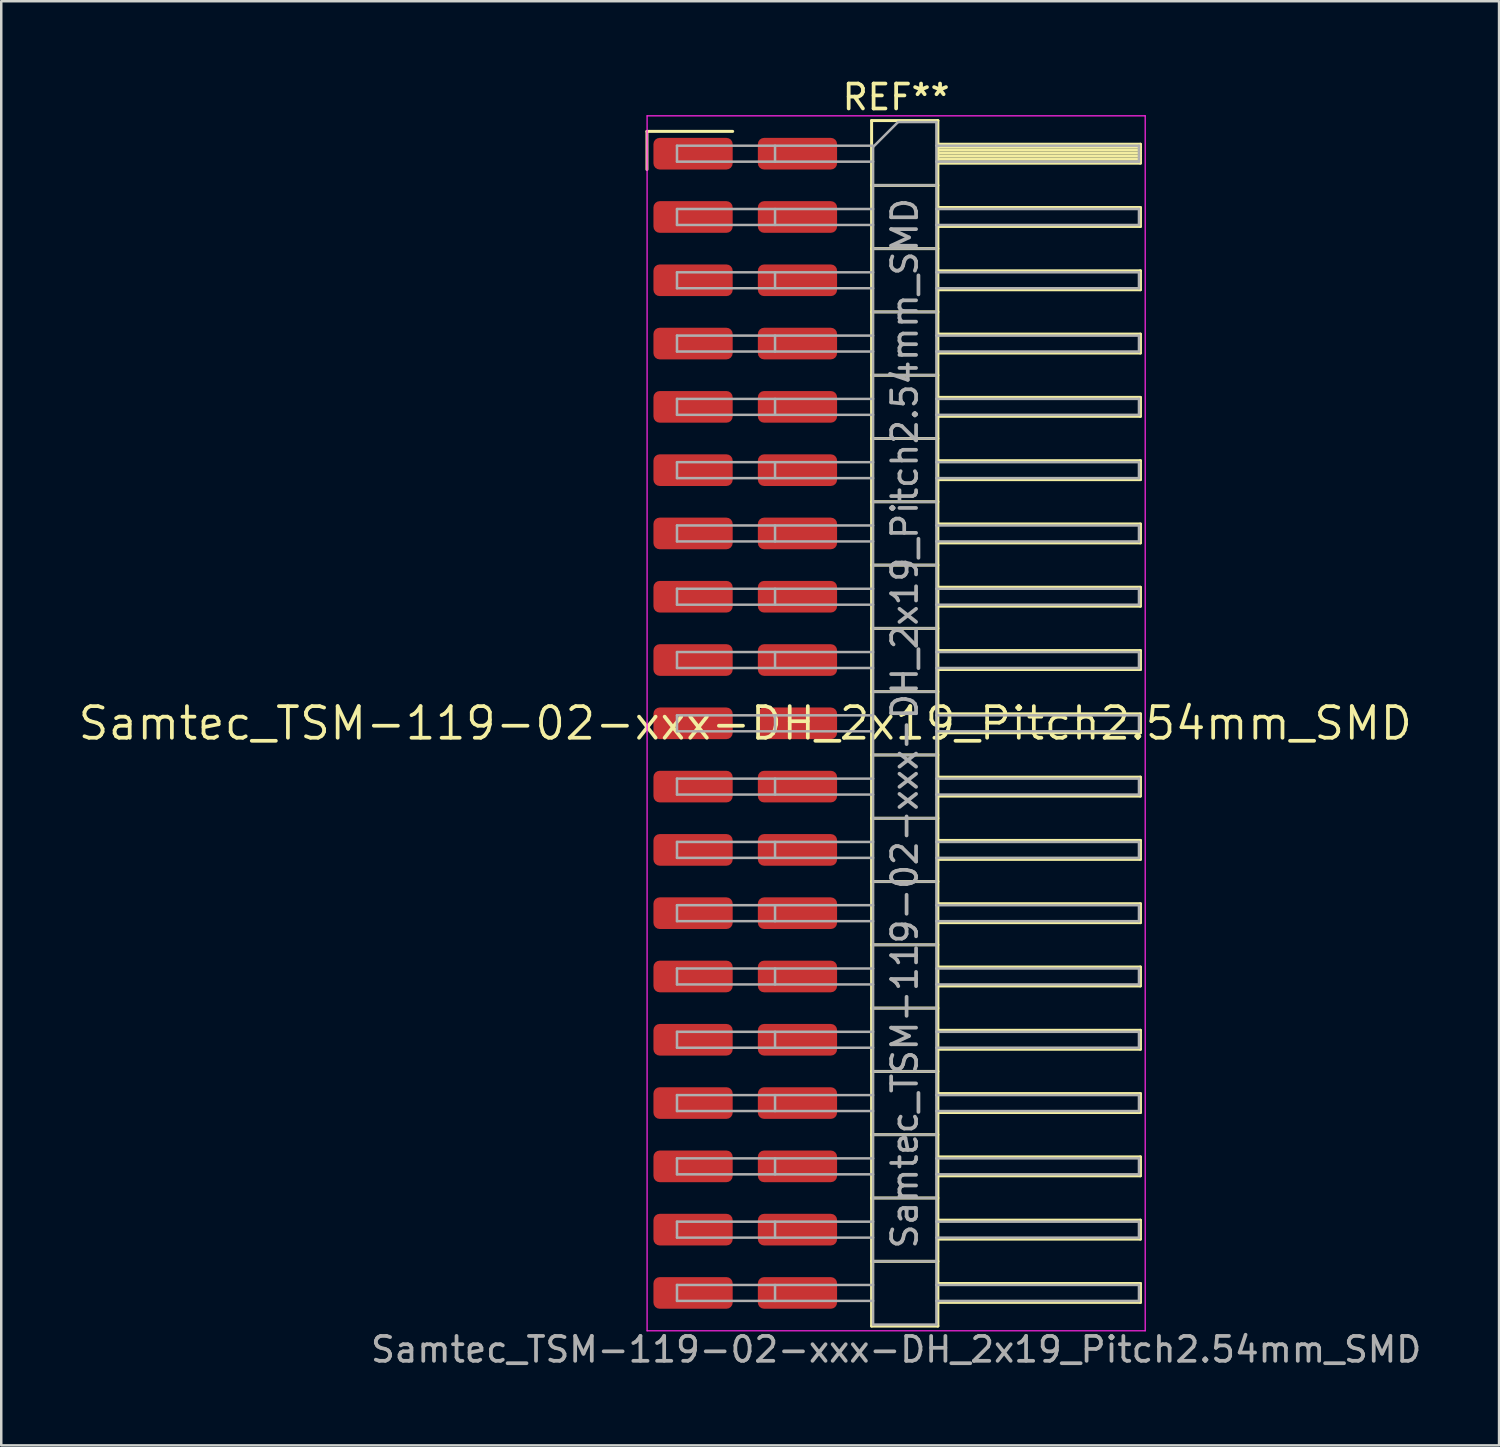
<source format=kicad_pcb>
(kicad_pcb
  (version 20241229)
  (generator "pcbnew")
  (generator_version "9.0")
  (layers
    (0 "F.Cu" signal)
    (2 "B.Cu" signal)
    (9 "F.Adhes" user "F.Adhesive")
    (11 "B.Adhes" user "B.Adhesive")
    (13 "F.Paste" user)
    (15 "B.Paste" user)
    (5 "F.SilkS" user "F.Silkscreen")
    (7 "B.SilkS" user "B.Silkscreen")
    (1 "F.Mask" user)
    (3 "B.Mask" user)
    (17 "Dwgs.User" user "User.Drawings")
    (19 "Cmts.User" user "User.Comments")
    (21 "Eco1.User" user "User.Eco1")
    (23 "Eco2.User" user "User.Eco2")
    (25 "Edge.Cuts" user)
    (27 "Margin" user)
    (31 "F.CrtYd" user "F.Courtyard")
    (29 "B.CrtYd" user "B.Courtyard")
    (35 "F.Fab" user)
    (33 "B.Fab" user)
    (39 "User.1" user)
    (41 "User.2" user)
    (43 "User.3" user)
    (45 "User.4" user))
  (footprint "Samtec_TSM-119-02-xxx-DH_2x19_Pitch2.54mm_SMD"
    (layer "F.Cu")
    (at 26.859 25.978)
    (property "Reference" "Samtec_TSM-119-02-xxx-DH_2x19_Pitch2.54mm_SMD" (at 0 0 0) (layer "F.SilkS") (effects (font (size 1.27 1.27) (thickness 0.15))))
    (attr smd)
    (fp_line (start -3.945 -23.755) (end -0.505 -23.755) (stroke (width 0.12) (type solid)) (layer "F.SilkS"))
    (fp_line (start -3.945 -22.225) (end -3.945 -23.755) (stroke (width 0.12) (type solid)) (layer "F.SilkS"))
    (fp_line (start 5.07 -24.19) (end 7.73 -24.19) (stroke (width 0.12) (type solid)) (layer "F.SilkS"))
    (fp_line (start 5.07 -21.59) (end 7.73 -21.59) (stroke (width 0.12) (type solid)) (layer "F.SilkS"))
    (fp_line (start 5.07 -19.05) (end 7.73 -19.05) (stroke (width 0.12) (type solid)) (layer "F.SilkS"))
    (fp_line (start 5.07 -16.51) (end 7.73 -16.51) (stroke (width 0.12) (type solid)) (layer "F.SilkS"))
    (fp_line (start 5.07 -13.97) (end 7.73 -13.97) (stroke (width 0.12) (type solid)) (layer "F.SilkS"))
    (fp_line (start 5.07 -11.43) (end 7.73 -11.43) (stroke (width 0.12) (type solid)) (layer "F.SilkS"))
    (fp_line (start 5.07 -8.89) (end 7.73 -8.89) (stroke (width 0.12) (type solid)) (layer "F.SilkS"))
    (fp_line (start 5.07 -6.35) (end 7.73 -6.35) (stroke (width 0.12) (type solid)) (layer "F.SilkS"))
    (fp_line (start 5.07 -3.81) (end 7.73 -3.81) (stroke (width 0.12) (type solid)) (layer "F.SilkS"))
    (fp_line (start 5.07 -1.27) (end 7.73 -1.27) (stroke (width 0.12) (type solid)) (layer "F.SilkS"))
    (fp_line (start 5.07 1.27) (end 7.73 1.27) (stroke (width 0.12) (type solid)) (layer "F.SilkS"))
    (fp_line (start 5.07 3.81) (end 7.73 3.81) (stroke (width 0.12) (type solid)) (layer "F.SilkS"))
    (fp_line (start 5.07 6.35) (end 7.73 6.35) (stroke (width 0.12) (type solid)) (layer "F.SilkS"))
    (fp_line (start 5.07 8.89) (end 7.73 8.89) (stroke (width 0.12) (type solid)) (layer "F.SilkS"))
    (fp_line (start 5.07 11.43) (end 7.73 11.43) (stroke (width 0.12) (type solid)) (layer "F.SilkS"))
    (fp_line (start 5.07 13.97) (end 7.73 13.97) (stroke (width 0.12) (type solid)) (layer "F.SilkS"))
    (fp_line (start 5.07 16.51) (end 7.73 16.51) (stroke (width 0.12) (type solid)) (layer "F.SilkS"))
    (fp_line (start 5.07 19.05) (end 7.73 19.05) (stroke (width 0.12) (type solid)) (layer "F.SilkS"))
    (fp_line (start 5.07 21.59) (end 7.73 21.59) (stroke (width 0.12) (type solid)) (layer "F.SilkS"))
    (fp_line (start 5.07 24.19) (end 5.07 -24.19) (stroke (width 0.12) (type solid)) (layer "F.SilkS"))
    (fp_line (start 7.73 -24.19) (end 7.73 24.19) (stroke (width 0.12) (type solid)) (layer "F.SilkS"))
    (fp_line (start 7.73 -23.24) (end 15.86 -23.24) (stroke (width 0.12) (type solid)) (layer "F.SilkS"))
    (fp_line (start 7.73 -23.12) (end 15.86 -23.12) (stroke (width 0.12) (type solid)) (layer "F.SilkS"))
    (fp_line (start 7.73 -23) (end 15.86 -23) (stroke (width 0.12) (type solid)) (layer "F.SilkS"))
    (fp_line (start 7.73 -22.88) (end 15.86 -22.88) (stroke (width 0.12) (type solid)) (layer "F.SilkS"))
    (fp_line (start 7.73 -22.76) (end 15.86 -22.76) (stroke (width 0.12) (type solid)) (layer "F.SilkS"))
    (fp_line (start 7.73 -22.64) (end 15.86 -22.64) (stroke (width 0.12) (type solid)) (layer "F.SilkS"))
    (fp_line (start 7.73 -22.52) (end 15.86 -22.52) (stroke (width 0.12) (type solid)) (layer "F.SilkS"))
    (fp_line (start 7.73 -22.48) (end 15.86 -22.48) (stroke (width 0.12) (type solid)) (layer "F.SilkS"))
    (fp_line (start 7.73 -20.7) (end 15.86 -20.7) (stroke (width 0.12) (type solid)) (layer "F.SilkS"))
    (fp_line (start 7.73 -19.94) (end 15.86 -19.94) (stroke (width 0.12) (type solid)) (layer "F.SilkS"))
    (fp_line (start 7.73 -18.16) (end 15.86 -18.16) (stroke (width 0.12) (type solid)) (layer "F.SilkS"))
    (fp_line (start 7.73 -17.4) (end 15.86 -17.4) (stroke (width 0.12) (type solid)) (layer "F.SilkS"))
    (fp_line (start 7.73 -15.62) (end 15.86 -15.62) (stroke (width 0.12) (type solid)) (layer "F.SilkS"))
    (fp_line (start 7.73 -14.86) (end 15.86 -14.86) (stroke (width 0.12) (type solid)) (layer "F.SilkS"))
    (fp_line (start 7.73 -13.08) (end 15.86 -13.08) (stroke (width 0.12) (type solid)) (layer "F.SilkS"))
    (fp_line (start 7.73 -12.32) (end 15.86 -12.32) (stroke (width 0.12) (type solid)) (layer "F.SilkS"))
    (fp_line (start 7.73 -10.54) (end 15.86 -10.54) (stroke (width 0.12) (type solid)) (layer "F.SilkS"))
    (fp_line (start 7.73 -9.78) (end 15.86 -9.78) (stroke (width 0.12) (type solid)) (layer "F.SilkS"))
    (fp_line (start 7.73 -8) (end 15.86 -8) (stroke (width 0.12) (type solid)) (layer "F.SilkS"))
    (fp_line (start 7.73 -7.24) (end 15.86 -7.24) (stroke (width 0.12) (type solid)) (layer "F.SilkS"))
    (fp_line (start 7.73 -5.46) (end 15.86 -5.46) (stroke (width 0.12) (type solid)) (layer "F.SilkS"))
    (fp_line (start 7.73 -4.7) (end 15.86 -4.7) (stroke (width 0.12) (type solid)) (layer "F.SilkS"))
    (fp_line (start 7.73 -2.92) (end 15.86 -2.92) (stroke (width 0.12) (type solid)) (layer "F.SilkS"))
    (fp_line (start 7.73 -2.16) (end 15.86 -2.16) (stroke (width 0.12) (type solid)) (layer "F.SilkS"))
    (fp_line (start 7.73 -0.38) (end 15.86 -0.38) (stroke (width 0.12) (type solid)) (layer "F.SilkS"))
    (fp_line (start 7.73 0.38) (end 15.86 0.38) (stroke (width 0.12) (type solid)) (layer "F.SilkS"))
    (fp_line (start 7.73 2.16) (end 15.86 2.16) (stroke (width 0.12) (type solid)) (layer "F.SilkS"))
    (fp_line (start 7.73 2.92) (end 15.86 2.92) (stroke (width 0.12) (type solid)) (layer "F.SilkS"))
    (fp_line (start 7.73 4.7) (end 15.86 4.7) (stroke (width 0.12) (type solid)) (layer "F.SilkS"))
    (fp_line (start 7.73 5.46) (end 15.86 5.46) (stroke (width 0.12) (type solid)) (layer "F.SilkS"))
    (fp_line (start 7.73 7.24) (end 15.86 7.24) (stroke (width 0.12) (type solid)) (layer "F.SilkS"))
    (fp_line (start 7.73 8) (end 15.86 8) (stroke (width 0.12) (type solid)) (layer "F.SilkS"))
    (fp_line (start 7.73 9.78) (end 15.86 9.78) (stroke (width 0.12) (type solid)) (layer "F.SilkS"))
    (fp_line (start 7.73 10.54) (end 15.86 10.54) (stroke (width 0.12) (type solid)) (layer "F.SilkS"))
    (fp_line (start 7.73 12.32) (end 15.86 12.32) (stroke (width 0.12) (type solid)) (layer "F.SilkS"))
    (fp_line (start 7.73 13.08) (end 15.86 13.08) (stroke (width 0.12) (type solid)) (layer "F.SilkS"))
    (fp_line (start 7.73 14.86) (end 15.86 14.86) (stroke (width 0.12) (type solid)) (layer "F.SilkS"))
    (fp_line (start 7.73 15.62) (end 15.86 15.62) (stroke (width 0.12) (type solid)) (layer "F.SilkS"))
    (fp_line (start 7.73 17.4) (end 15.86 17.4) (stroke (width 0.12) (type solid)) (layer "F.SilkS"))
    (fp_line (start 7.73 18.16) (end 15.86 18.16) (stroke (width 0.12) (type solid)) (layer "F.SilkS"))
    (fp_line (start 7.73 19.94) (end 15.86 19.94) (stroke (width 0.12) (type solid)) (layer "F.SilkS"))
    (fp_line (start 7.73 20.7) (end 15.86 20.7) (stroke (width 0.12) (type solid)) (layer "F.SilkS"))
    (fp_line (start 7.73 22.48) (end 15.86 22.48) (stroke (width 0.12) (type solid)) (layer "F.SilkS"))
    (fp_line (start 7.73 23.24) (end 15.86 23.24) (stroke (width 0.12) (type solid)) (layer "F.SilkS"))
    (fp_line (start 7.73 24.19) (end 5.07 24.19) (stroke (width 0.12) (type solid)) (layer "F.SilkS"))
    (fp_line (start 15.86 -23.24) (end 15.86 -22.48) (stroke (width 0.12) (type solid)) (layer "F.SilkS"))
    (fp_line (start 15.86 -20.7) (end 15.86 -19.94) (stroke (width 0.12) (type solid)) (layer "F.SilkS"))
    (fp_line (start 15.86 -18.16) (end 15.86 -17.4) (stroke (width 0.12) (type solid)) (layer "F.SilkS"))
    (fp_line (start 15.86 -15.62) (end 15.86 -14.86) (stroke (width 0.12) (type solid)) (layer "F.SilkS"))
    (fp_line (start 15.86 -13.08) (end 15.86 -12.32) (stroke (width 0.12) (type solid)) (layer "F.SilkS"))
    (fp_line (start 15.86 -10.54) (end 15.86 -9.78) (stroke (width 0.12) (type solid)) (layer "F.SilkS"))
    (fp_line (start 15.86 -8) (end 15.86 -7.24) (stroke (width 0.12) (type solid)) (layer "F.SilkS"))
    (fp_line (start 15.86 -5.46) (end 15.86 -4.7) (stroke (width 0.12) (type solid)) (layer "F.SilkS"))
    (fp_line (start 15.86 -2.92) (end 15.86 -2.16) (stroke (width 0.12) (type solid)) (layer "F.SilkS"))
    (fp_line (start 15.86 -0.38) (end 15.86 0.38) (stroke (width 0.12) (type solid)) (layer "F.SilkS"))
    (fp_line (start 15.86 2.16) (end 15.86 2.92) (stroke (width 0.12) (type solid)) (layer "F.SilkS"))
    (fp_line (start 15.86 4.7) (end 15.86 5.46) (stroke (width 0.12) (type solid)) (layer "F.SilkS"))
    (fp_line (start 15.86 7.24) (end 15.86 8) (stroke (width 0.12) (type solid)) (layer "F.SilkS"))
    (fp_line (start 15.86 9.78) (end 15.86 10.54) (stroke (width 0.12) (type solid)) (layer "F.SilkS"))
    (fp_line (start 15.86 12.32) (end 15.86 13.08) (stroke (width 0.12) (type solid)) (layer "F.SilkS"))
    (fp_line (start 15.86 14.86) (end 15.86 15.62) (stroke (width 0.12) (type solid)) (layer "F.SilkS"))
    (fp_line (start 15.86 17.4) (end 15.86 18.16) (stroke (width 0.12) (type solid)) (layer "F.SilkS"))
    (fp_line (start 15.86 19.94) (end 15.86 20.7) (stroke (width 0.12) (type solid)) (layer "F.SilkS"))
    (fp_line (start 15.86 22.48) (end 15.86 23.24) (stroke (width 0.12) (type solid)) (layer "F.SilkS"))
    (fp_line (start -3.94 -24.38) (end 16.05 -24.38) (stroke (width 0.05) (type solid)) (layer "F.CrtYd"))
    (fp_line (start -3.94 24.38) (end -3.94 -24.38) (stroke (width 0.05) (type solid)) (layer "F.CrtYd"))
    (fp_line (start 16.05 -24.38) (end 16.05 24.38) (stroke (width 0.05) (type solid)) (layer "F.CrtYd"))
    (fp_line (start 16.05 24.38) (end -3.94 24.38) (stroke (width 0.05) (type solid)) (layer "F.CrtYd"))
    (fp_line (start -2.74 -23.18) (end -2.74 -22.54) (stroke (width 0.1) (type solid)) (layer "F.Fab"))
    (fp_line (start -2.74 -23.18) (end 5.13 -23.18) (stroke (width 0.1) (type solid)) (layer "F.Fab"))
    (fp_line (start -2.74 -22.54) (end 5.13 -22.54) (stroke (width 0.1) (type solid)) (layer "F.Fab"))
    (fp_line (start -2.74 -20.64) (end -2.74 -20) (stroke (width 0.1) (type solid)) (layer "F.Fab"))
    (fp_line (start -2.74 -20.64) (end 5.13 -20.64) (stroke (width 0.1) (type solid)) (layer "F.Fab"))
    (fp_line (start -2.74 -20) (end 5.13 -20) (stroke (width 0.1) (type solid)) (layer "F.Fab"))
    (fp_line (start -2.74 -18.1) (end -2.74 -17.46) (stroke (width 0.1) (type solid)) (layer "F.Fab"))
    (fp_line (start -2.74 -18.1) (end 5.13 -18.1) (stroke (width 0.1) (type solid)) (layer "F.Fab"))
    (fp_line (start -2.74 -17.46) (end 5.13 -17.46) (stroke (width 0.1) (type solid)) (layer "F.Fab"))
    (fp_line (start -2.74 -15.56) (end -2.74 -14.92) (stroke (width 0.1) (type solid)) (layer "F.Fab"))
    (fp_line (start -2.74 -15.56) (end 5.13 -15.56) (stroke (width 0.1) (type solid)) (layer "F.Fab"))
    (fp_line (start -2.74 -14.92) (end 5.13 -14.92) (stroke (width 0.1) (type solid)) (layer "F.Fab"))
    (fp_line (start -2.74 -13.02) (end -2.74 -12.38) (stroke (width 0.1) (type solid)) (layer "F.Fab"))
    (fp_line (start -2.74 -13.02) (end 5.13 -13.02) (stroke (width 0.1) (type solid)) (layer "F.Fab"))
    (fp_line (start -2.74 -12.38) (end 5.13 -12.38) (stroke (width 0.1) (type solid)) (layer "F.Fab"))
    (fp_line (start -2.74 -10.48) (end -2.74 -9.84) (stroke (width 0.1) (type solid)) (layer "F.Fab"))
    (fp_line (start -2.74 -10.48) (end 5.13 -10.48) (stroke (width 0.1) (type solid)) (layer "F.Fab"))
    (fp_line (start -2.74 -9.84) (end 5.13 -9.84) (stroke (width 0.1) (type solid)) (layer "F.Fab"))
    (fp_line (start -2.74 -7.94) (end -2.74 -7.3) (stroke (width 0.1) (type solid)) (layer "F.Fab"))
    (fp_line (start -2.74 -7.94) (end 5.13 -7.94) (stroke (width 0.1) (type solid)) (layer "F.Fab"))
    (fp_line (start -2.74 -7.3) (end 5.13 -7.3) (stroke (width 0.1) (type solid)) (layer "F.Fab"))
    (fp_line (start -2.74 -5.4) (end -2.74 -4.76) (stroke (width 0.1) (type solid)) (layer "F.Fab"))
    (fp_line (start -2.74 -5.4) (end 5.13 -5.4) (stroke (width 0.1) (type solid)) (layer "F.Fab"))
    (fp_line (start -2.74 -4.76) (end 5.13 -4.76) (stroke (width 0.1) (type solid)) (layer "F.Fab"))
    (fp_line (start -2.74 -2.86) (end -2.74 -2.22) (stroke (width 0.1) (type solid)) (layer "F.Fab"))
    (fp_line (start -2.74 -2.86) (end 5.13 -2.86) (stroke (width 0.1) (type solid)) (layer "F.Fab"))
    (fp_line (start -2.74 -2.22) (end 5.13 -2.22) (stroke (width 0.1) (type solid)) (layer "F.Fab"))
    (fp_line (start -2.74 -0.32) (end -2.74 0.32) (stroke (width 0.1) (type solid)) (layer "F.Fab"))
    (fp_line (start -2.74 -0.32) (end 5.13 -0.32) (stroke (width 0.1) (type solid)) (layer "F.Fab"))
    (fp_line (start -2.74 0.32) (end 5.13 0.32) (stroke (width 0.1) (type solid)) (layer "F.Fab"))
    (fp_line (start -2.74 2.22) (end -2.74 2.86) (stroke (width 0.1) (type solid)) (layer "F.Fab"))
    (fp_line (start -2.74 2.22) (end 5.13 2.22) (stroke (width 0.1) (type solid)) (layer "F.Fab"))
    (fp_line (start -2.74 2.86) (end 5.13 2.86) (stroke (width 0.1) (type solid)) (layer "F.Fab"))
    (fp_line (start -2.74 4.76) (end -2.74 5.4) (stroke (width 0.1) (type solid)) (layer "F.Fab"))
    (fp_line (start -2.74 4.76) (end 5.13 4.76) (stroke (width 0.1) (type solid)) (layer "F.Fab"))
    (fp_line (start -2.74 5.4) (end 5.13 5.4) (stroke (width 0.1) (type solid)) (layer "F.Fab"))
    (fp_line (start -2.74 7.3) (end -2.74 7.94) (stroke (width 0.1) (type solid)) (layer "F.Fab"))
    (fp_line (start -2.74 7.3) (end 5.13 7.3) (stroke (width 0.1) (type solid)) (layer "F.Fab"))
    (fp_line (start -2.74 7.94) (end 5.13 7.94) (stroke (width 0.1) (type solid)) (layer "F.Fab"))
    (fp_line (start -2.74 9.84) (end -2.74 10.48) (stroke (width 0.1) (type solid)) (layer "F.Fab"))
    (fp_line (start -2.74 9.84) (end 5.13 9.84) (stroke (width 0.1) (type solid)) (layer "F.Fab"))
    (fp_line (start -2.74 10.48) (end 5.13 10.48) (stroke (width 0.1) (type solid)) (layer "F.Fab"))
    (fp_line (start -2.74 12.38) (end -2.74 13.02) (stroke (width 0.1) (type solid)) (layer "F.Fab"))
    (fp_line (start -2.74 12.38) (end 5.13 12.38) (stroke (width 0.1) (type solid)) (layer "F.Fab"))
    (fp_line (start -2.74 13.02) (end 5.13 13.02) (stroke (width 0.1) (type solid)) (layer "F.Fab"))
    (fp_line (start -2.74 14.92) (end -2.74 15.56) (stroke (width 0.1) (type solid)) (layer "F.Fab"))
    (fp_line (start -2.74 14.92) (end 5.13 14.92) (stroke (width 0.1) (type solid)) (layer "F.Fab"))
    (fp_line (start -2.74 15.56) (end 5.13 15.56) (stroke (width 0.1) (type solid)) (layer "F.Fab"))
    (fp_line (start -2.74 17.46) (end -2.74 18.1) (stroke (width 0.1) (type solid)) (layer "F.Fab"))
    (fp_line (start -2.74 17.46) (end 5.13 17.46) (stroke (width 0.1) (type solid)) (layer "F.Fab"))
    (fp_line (start -2.74 18.1) (end 5.13 18.1) (stroke (width 0.1) (type solid)) (layer "F.Fab"))
    (fp_line (start -2.74 20) (end -2.74 20.64) (stroke (width 0.1) (type solid)) (layer "F.Fab"))
    (fp_line (start -2.74 20) (end 5.13 20) (stroke (width 0.1) (type solid)) (layer "F.Fab"))
    (fp_line (start -2.74 20.64) (end 5.13 20.64) (stroke (width 0.1) (type solid)) (layer "F.Fab"))
    (fp_line (start -2.74 22.54) (end -2.74 23.18) (stroke (width 0.1) (type solid)) (layer "F.Fab"))
    (fp_line (start -2.74 22.54) (end 5.13 22.54) (stroke (width 0.1) (type solid)) (layer "F.Fab"))
    (fp_line (start -2.74 23.18) (end 5.13 23.18) (stroke (width 0.1) (type solid)) (layer "F.Fab"))
    (fp_line (start 1.195 -23.18) (end 1.195 -22.54) (stroke (width 0.1) (type solid)) (layer "F.Fab"))
    (fp_line (start 1.195 -20.64) (end 1.195 -20) (stroke (width 0.1) (type solid)) (layer "F.Fab"))
    (fp_line (start 1.195 -18.1) (end 1.195 -17.46) (stroke (width 0.1) (type solid)) (layer "F.Fab"))
    (fp_line (start 1.195 -15.56) (end 1.195 -14.92) (stroke (width 0.1) (type solid)) (layer "F.Fab"))
    (fp_line (start 1.195 -13.02) (end 1.195 -12.38) (stroke (width 0.1) (type solid)) (layer "F.Fab"))
    (fp_line (start 1.195 -10.48) (end 1.195 -9.84) (stroke (width 0.1) (type solid)) (layer "F.Fab"))
    (fp_line (start 1.195 -7.94) (end 1.195 -7.3) (stroke (width 0.1) (type solid)) (layer "F.Fab"))
    (fp_line (start 1.195 -5.4) (end 1.195 -4.76) (stroke (width 0.1) (type solid)) (layer "F.Fab"))
    (fp_line (start 1.195 -2.86) (end 1.195 -2.22) (stroke (width 0.1) (type solid)) (layer "F.Fab"))
    (fp_line (start 1.195 -0.32) (end 1.195 0.32) (stroke (width 0.1) (type solid)) (layer "F.Fab"))
    (fp_line (start 1.195 2.22) (end 1.195 2.86) (stroke (width 0.1) (type solid)) (layer "F.Fab"))
    (fp_line (start 1.195 4.76) (end 1.195 5.4) (stroke (width 0.1) (type solid)) (layer "F.Fab"))
    (fp_line (start 1.195 7.3) (end 1.195 7.94) (stroke (width 0.1) (type solid)) (layer "F.Fab"))
    (fp_line (start 1.195 9.84) (end 1.195 10.48) (stroke (width 0.1) (type solid)) (layer "F.Fab"))
    (fp_line (start 1.195 12.38) (end 1.195 13.02) (stroke (width 0.1) (type solid)) (layer "F.Fab"))
    (fp_line (start 1.195 14.92) (end 1.195 15.56) (stroke (width 0.1) (type solid)) (layer "F.Fab"))
    (fp_line (start 1.195 17.46) (end 1.195 18.1) (stroke (width 0.1) (type solid)) (layer "F.Fab"))
    (fp_line (start 1.195 20) (end 1.195 20.64) (stroke (width 0.1) (type solid)) (layer "F.Fab"))
    (fp_line (start 1.195 22.54) (end 1.195 23.18) (stroke (width 0.1) (type solid)) (layer "F.Fab"))
    (fp_line (start 5.13 -23.13) (end 6.13 -24.13) (stroke (width 0.1) (type solid)) (layer "F.Fab"))
    (fp_line (start 5.13 -21.59) (end 7.67 -21.59) (stroke (width 0.1) (type solid)) (layer "F.Fab"))
    (fp_line (start 5.13 -19.05) (end 7.67 -19.05) (stroke (width 0.1) (type solid)) (layer "F.Fab"))
    (fp_line (start 5.13 -16.51) (end 7.67 -16.51) (stroke (width 0.1) (type solid)) (layer "F.Fab"))
    (fp_line (start 5.13 -13.97) (end 7.67 -13.97) (stroke (width 0.1) (type solid)) (layer "F.Fab"))
    (fp_line (start 5.13 -11.43) (end 7.67 -11.43) (stroke (width 0.1) (type solid)) (layer "F.Fab"))
    (fp_line (start 5.13 -8.89) (end 7.67 -8.89) (stroke (width 0.1) (type solid)) (layer "F.Fab"))
    (fp_line (start 5.13 -6.35) (end 7.67 -6.35) (stroke (width 0.1) (type solid)) (layer "F.Fab"))
    (fp_line (start 5.13 -3.81) (end 7.67 -3.81) (stroke (width 0.1) (type solid)) (layer "F.Fab"))
    (fp_line (start 5.13 -1.27) (end 7.67 -1.27) (stroke (width 0.1) (type solid)) (layer "F.Fab"))
    (fp_line (start 5.13 1.27) (end 7.67 1.27) (stroke (width 0.1) (type solid)) (layer "F.Fab"))
    (fp_line (start 5.13 3.81) (end 7.67 3.81) (stroke (width 0.1) (type solid)) (layer "F.Fab"))
    (fp_line (start 5.13 6.35) (end 7.67 6.35) (stroke (width 0.1) (type solid)) (layer "F.Fab"))
    (fp_line (start 5.13 8.89) (end 7.67 8.89) (stroke (width 0.1) (type solid)) (layer "F.Fab"))
    (fp_line (start 5.13 11.43) (end 7.67 11.43) (stroke (width 0.1) (type solid)) (layer "F.Fab"))
    (fp_line (start 5.13 13.97) (end 7.67 13.97) (stroke (width 0.1) (type solid)) (layer "F.Fab"))
    (fp_line (start 5.13 16.51) (end 7.67 16.51) (stroke (width 0.1) (type solid)) (layer "F.Fab"))
    (fp_line (start 5.13 19.05) (end 7.67 19.05) (stroke (width 0.1) (type solid)) (layer "F.Fab"))
    (fp_line (start 5.13 21.59) (end 7.67 21.59) (stroke (width 0.1) (type solid)) (layer "F.Fab"))
    (fp_line (start 5.13 24.13) (end 5.13 -23.13) (stroke (width 0.1) (type solid)) (layer "F.Fab"))
    (fp_line (start 6.13 -24.13) (end 7.67 -24.13) (stroke (width 0.1) (type solid)) (layer "F.Fab"))
    (fp_line (start 7.67 -24.13) (end 7.67 24.13) (stroke (width 0.1) (type solid)) (layer "F.Fab"))
    (fp_line (start 7.67 -23.18) (end 15.8 -23.18) (stroke (width 0.1) (type solid)) (layer "F.Fab"))
    (fp_line (start 7.67 -22.54) (end 15.8 -22.54) (stroke (width 0.1) (type solid)) (layer "F.Fab"))
    (fp_line (start 7.67 -20.64) (end 15.8 -20.64) (stroke (width 0.1) (type solid)) (layer "F.Fab"))
    (fp_line (start 7.67 -20) (end 15.8 -20) (stroke (width 0.1) (type solid)) (layer "F.Fab"))
    (fp_line (start 7.67 -18.1) (end 15.8 -18.1) (stroke (width 0.1) (type solid)) (layer "F.Fab"))
    (fp_line (start 7.67 -17.46) (end 15.8 -17.46) (stroke (width 0.1) (type solid)) (layer "F.Fab"))
    (fp_line (start 7.67 -15.56) (end 15.8 -15.56) (stroke (width 0.1) (type solid)) (layer "F.Fab"))
    (fp_line (start 7.67 -14.92) (end 15.8 -14.92) (stroke (width 0.1) (type solid)) (layer "F.Fab"))
    (fp_line (start 7.67 -13.02) (end 15.8 -13.02) (stroke (width 0.1) (type solid)) (layer "F.Fab"))
    (fp_line (start 7.67 -12.38) (end 15.8 -12.38) (stroke (width 0.1) (type solid)) (layer "F.Fab"))
    (fp_line (start 7.67 -10.48) (end 15.8 -10.48) (stroke (width 0.1) (type solid)) (layer "F.Fab"))
    (fp_line (start 7.67 -9.84) (end 15.8 -9.84) (stroke (width 0.1) (type solid)) (layer "F.Fab"))
    (fp_line (start 7.67 -7.94) (end 15.8 -7.94) (stroke (width 0.1) (type solid)) (layer "F.Fab"))
    (fp_line (start 7.67 -7.3) (end 15.8 -7.3) (stroke (width 0.1) (type solid)) (layer "F.Fab"))
    (fp_line (start 7.67 -5.4) (end 15.8 -5.4) (stroke (width 0.1) (type solid)) (layer "F.Fab"))
    (fp_line (start 7.67 -4.76) (end 15.8 -4.76) (stroke (width 0.1) (type solid)) (layer "F.Fab"))
    (fp_line (start 7.67 -2.86) (end 15.8 -2.86) (stroke (width 0.1) (type solid)) (layer "F.Fab"))
    (fp_line (start 7.67 -2.22) (end 15.8 -2.22) (stroke (width 0.1) (type solid)) (layer "F.Fab"))
    (fp_line (start 7.67 -0.32) (end 15.8 -0.32) (stroke (width 0.1) (type solid)) (layer "F.Fab"))
    (fp_line (start 7.67 0.32) (end 15.8 0.32) (stroke (width 0.1) (type solid)) (layer "F.Fab"))
    (fp_line (start 7.67 2.22) (end 15.8 2.22) (stroke (width 0.1) (type solid)) (layer "F.Fab"))
    (fp_line (start 7.67 2.86) (end 15.8 2.86) (stroke (width 0.1) (type solid)) (layer "F.Fab"))
    (fp_line (start 7.67 4.76) (end 15.8 4.76) (stroke (width 0.1) (type solid)) (layer "F.Fab"))
    (fp_line (start 7.67 5.4) (end 15.8 5.4) (stroke (width 0.1) (type solid)) (layer "F.Fab"))
    (fp_line (start 7.67 7.3) (end 15.8 7.3) (stroke (width 0.1) (type solid)) (layer "F.Fab"))
    (fp_line (start 7.67 7.94) (end 15.8 7.94) (stroke (width 0.1) (type solid)) (layer "F.Fab"))
    (fp_line (start 7.67 9.84) (end 15.8 9.84) (stroke (width 0.1) (type solid)) (layer "F.Fab"))
    (fp_line (start 7.67 10.48) (end 15.8 10.48) (stroke (width 0.1) (type solid)) (layer "F.Fab"))
    (fp_line (start 7.67 12.38) (end 15.8 12.38) (stroke (width 0.1) (type solid)) (layer "F.Fab"))
    (fp_line (start 7.67 13.02) (end 15.8 13.02) (stroke (width 0.1) (type solid)) (layer "F.Fab"))
    (fp_line (start 7.67 14.92) (end 15.8 14.92) (stroke (width 0.1) (type solid)) (layer "F.Fab"))
    (fp_line (start 7.67 15.56) (end 15.8 15.56) (stroke (width 0.1) (type solid)) (layer "F.Fab"))
    (fp_line (start 7.67 17.46) (end 15.8 17.46) (stroke (width 0.1) (type solid)) (layer "F.Fab"))
    (fp_line (start 7.67 18.1) (end 15.8 18.1) (stroke (width 0.1) (type solid)) (layer "F.Fab"))
    (fp_line (start 7.67 20) (end 15.8 20) (stroke (width 0.1) (type solid)) (layer "F.Fab"))
    (fp_line (start 7.67 20.64) (end 15.8 20.64) (stroke (width 0.1) (type solid)) (layer "F.Fab"))
    (fp_line (start 7.67 22.54) (end 15.8 22.54) (stroke (width 0.1) (type solid)) (layer "F.Fab"))
    (fp_line (start 7.67 23.18) (end 15.8 23.18) (stroke (width 0.1) (type solid)) (layer "F.Fab"))
    (fp_line (start 7.67 24.13) (end 5.13 24.13) (stroke (width 0.1) (type solid)) (layer "F.Fab"))
    (fp_line (start 15.8 -23.18) (end 15.8 -22.54) (stroke (width 0.1) (type solid)) (layer "F.Fab"))
    (fp_line (start 15.8 -20.64) (end 15.8 -20) (stroke (width 0.1) (type solid)) (layer "F.Fab"))
    (fp_line (start 15.8 -18.1) (end 15.8 -17.46) (stroke (width 0.1) (type solid)) (layer "F.Fab"))
    (fp_line (start 15.8 -15.56) (end 15.8 -14.92) (stroke (width 0.1) (type solid)) (layer "F.Fab"))
    (fp_line (start 15.8 -13.02) (end 15.8 -12.38) (stroke (width 0.1) (type solid)) (layer "F.Fab"))
    (fp_line (start 15.8 -10.48) (end 15.8 -9.84) (stroke (width 0.1) (type solid)) (layer "F.Fab"))
    (fp_line (start 15.8 -7.94) (end 15.8 -7.3) (stroke (width 0.1) (type solid)) (layer "F.Fab"))
    (fp_line (start 15.8 -5.4) (end 15.8 -4.76) (stroke (width 0.1) (type solid)) (layer "F.Fab"))
    (fp_line (start 15.8 -2.86) (end 15.8 -2.22) (stroke (width 0.1) (type solid)) (layer "F.Fab"))
    (fp_line (start 15.8 -0.32) (end 15.8 0.32) (stroke (width 0.1) (type solid)) (layer "F.Fab"))
    (fp_line (start 15.8 2.22) (end 15.8 2.86) (stroke (width 0.1) (type solid)) (layer "F.Fab"))
    (fp_line (start 15.8 4.76) (end 15.8 5.4) (stroke (width 0.1) (type solid)) (layer "F.Fab"))
    (fp_line (start 15.8 7.3) (end 15.8 7.94) (stroke (width 0.1) (type solid)) (layer "F.Fab"))
    (fp_line (start 15.8 9.84) (end 15.8 10.48) (stroke (width 0.1) (type solid)) (layer "F.Fab"))
    (fp_line (start 15.8 12.38) (end 15.8 13.02) (stroke (width 0.1) (type solid)) (layer "F.Fab"))
    (fp_line (start 15.8 14.92) (end 15.8 15.56) (stroke (width 0.1) (type solid)) (layer "F.Fab"))
    (fp_line (start 15.8 17.46) (end 15.8 18.1) (stroke (width 0.1) (type solid)) (layer "F.Fab"))
    (fp_line (start 15.8 20) (end 15.8 20.64) (stroke (width 0.1) (type solid)) (layer "F.Fab"))
    (fp_line (start 15.8 22.54) (end 15.8 23.18) (stroke (width 0.1) (type solid)) (layer "F.Fab"))
    (fp_text user "REF**" (at 6.055 -25.13 0) (layer "F.SilkS") (effects (font (size 1 1) (thickness 0.15))))
    (fp_text user "${REFERENCE}" (at 6.4 0 90) (layer "F.Fab") (effects (font (size 1 1) (thickness 0.15))))
    (fp_text user "Samtec_TSM-119-02-xxx-DH_2x19_Pitch2.54mm_SMD" (at 6.055 25.13 0) (layer "F.Fab") (effects (font (size 1 1) (thickness 0.15))))
    (pad "1" smd roundrect (at -2.095 -22.86) (size 3.18 1.27) (layers "F.Cu" "F.Mask" "F.Paste") (roundrect_rratio 0.197))
    (pad "2" smd roundrect (at 2.095 -22.86) (size 3.18 1.27) (layers "F.Cu" "F.Mask" "F.Paste") (roundrect_rratio 0.197))
    (pad "3" smd roundrect (at -2.095 -20.32) (size 3.18 1.27) (layers "F.Cu" "F.Mask" "F.Paste") (roundrect_rratio 0.197))
    (pad "4" smd roundrect (at 2.095 -20.32) (size 3.18 1.27) (layers "F.Cu" "F.Mask" "F.Paste") (roundrect_rratio 0.197))
    (pad "5" smd roundrect (at -2.095 -17.78) (size 3.18 1.27) (layers "F.Cu" "F.Mask" "F.Paste") (roundrect_rratio 0.197))
    (pad "6" smd roundrect (at 2.095 -17.78) (size 3.18 1.27) (layers "F.Cu" "F.Mask" "F.Paste") (roundrect_rratio 0.197))
    (pad "7" smd roundrect (at -2.095 -15.24) (size 3.18 1.27) (layers "F.Cu" "F.Mask" "F.Paste") (roundrect_rratio 0.197))
    (pad "8" smd roundrect (at 2.095 -15.24) (size 3.18 1.27) (layers "F.Cu" "F.Mask" "F.Paste") (roundrect_rratio 0.197))
    (pad "9" smd roundrect (at -2.095 -12.7) (size 3.18 1.27) (layers "F.Cu" "F.Mask" "F.Paste") (roundrect_rratio 0.197))
    (pad "10" smd roundrect (at 2.095 -12.7) (size 3.18 1.27) (layers "F.Cu" "F.Mask" "F.Paste") (roundrect_rratio 0.197))
    (pad "11" smd roundrect (at -2.095 -10.16) (size 3.18 1.27) (layers "F.Cu" "F.Mask" "F.Paste") (roundrect_rratio 0.197))
    (pad "12" smd roundrect (at 2.095 -10.16) (size 3.18 1.27) (layers "F.Cu" "F.Mask" "F.Paste") (roundrect_rratio 0.197))
    (pad "13" smd roundrect (at -2.095 -7.62) (size 3.18 1.27) (layers "F.Cu" "F.Mask" "F.Paste") (roundrect_rratio 0.197))
    (pad "14" smd roundrect (at 2.095 -7.62) (size 3.18 1.27) (layers "F.Cu" "F.Mask" "F.Paste") (roundrect_rratio 0.197))
    (pad "15" smd roundrect (at -2.095 -5.08) (size 3.18 1.27) (layers "F.Cu" "F.Mask" "F.Paste") (roundrect_rratio 0.197))
    (pad "16" smd roundrect (at 2.095 -5.08) (size 3.18 1.27) (layers "F.Cu" "F.Mask" "F.Paste") (roundrect_rratio 0.197))
    (pad "17" smd roundrect (at -2.095 -2.54) (size 3.18 1.27) (layers "F.Cu" "F.Mask" "F.Paste") (roundrect_rratio 0.197))
    (pad "18" smd roundrect (at 2.095 -2.54) (size 3.18 1.27) (layers "F.Cu" "F.Mask" "F.Paste") (roundrect_rratio 0.197))
    (pad "19" smd roundrect (at -2.095 0) (size 3.18 1.27) (layers "F.Cu" "F.Mask" "F.Paste") (roundrect_rratio 0.197))
    (pad "20" smd roundrect (at 2.095 0) (size 3.18 1.27) (layers "F.Cu" "F.Mask" "F.Paste") (roundrect_rratio 0.197))
    (pad "21" smd roundrect (at -2.095 2.54) (size 3.18 1.27) (layers "F.Cu" "F.Mask" "F.Paste") (roundrect_rratio 0.197))
    (pad "22" smd roundrect (at 2.095 2.54) (size 3.18 1.27) (layers "F.Cu" "F.Mask" "F.Paste") (roundrect_rratio 0.197))
    (pad "23" smd roundrect (at -2.095 5.08) (size 3.18 1.27) (layers "F.Cu" "F.Mask" "F.Paste") (roundrect_rratio 0.197))
    (pad "24" smd roundrect (at 2.095 5.08) (size 3.18 1.27) (layers "F.Cu" "F.Mask" "F.Paste") (roundrect_rratio 0.197))
    (pad "25" smd roundrect (at -2.095 7.62) (size 3.18 1.27) (layers "F.Cu" "F.Mask" "F.Paste") (roundrect_rratio 0.197))
    (pad "26" smd roundrect (at 2.095 7.62) (size 3.18 1.27) (layers "F.Cu" "F.Mask" "F.Paste") (roundrect_rratio 0.197))
    (pad "27" smd roundrect (at -2.095 10.16) (size 3.18 1.27) (layers "F.Cu" "F.Mask" "F.Paste") (roundrect_rratio 0.197))
    (pad "28" smd roundrect (at 2.095 10.16) (size 3.18 1.27) (layers "F.Cu" "F.Mask" "F.Paste") (roundrect_rratio 0.197))
    (pad "29" smd roundrect (at -2.095 12.7) (size 3.18 1.27) (layers "F.Cu" "F.Mask" "F.Paste") (roundrect_rratio 0.197))
    (pad "30" smd roundrect (at 2.095 12.7) (size 3.18 1.27) (layers "F.Cu" "F.Mask" "F.Paste") (roundrect_rratio 0.197))
    (pad "31" smd roundrect (at -2.095 15.24) (size 3.18 1.27) (layers "F.Cu" "F.Mask" "F.Paste") (roundrect_rratio 0.197))
    (pad "32" smd roundrect (at 2.095 15.24) (size 3.18 1.27) (layers "F.Cu" "F.Mask" "F.Paste") (roundrect_rratio 0.197))
    (pad "33" smd roundrect (at -2.095 17.78) (size 3.18 1.27) (layers "F.Cu" "F.Mask" "F.Paste") (roundrect_rratio 0.197))
    (pad "34" smd roundrect (at 2.095 17.78) (size 3.18 1.27) (layers "F.Cu" "F.Mask" "F.Paste") (roundrect_rratio 0.197))
    (pad "35" smd roundrect (at -2.095 20.32) (size 3.18 1.27) (layers "F.Cu" "F.Mask" "F.Paste") (roundrect_rratio 0.197))
    (pad "36" smd roundrect (at 2.095 20.32) (size 3.18 1.27) (layers "F.Cu" "F.Mask" "F.Paste") (roundrect_rratio 0.197))
    (pad "37" smd roundrect (at -2.095 22.86) (size 3.18 1.27) (layers "F.Cu" "F.Mask" "F.Paste") (roundrect_rratio 0.197))
    (pad "38" smd roundrect (at 2.095 22.86) (size 3.18 1.27) (layers "F.Cu" "F.Mask" "F.Paste") (roundrect_rratio 0.197)))
  (gr_rect
    (start -3 -3)
    (end 57.11 54.956)
    (stroke (width 0.1) (type default))
    (fill no)
    (layer "Edge.Cuts")))
</source>
